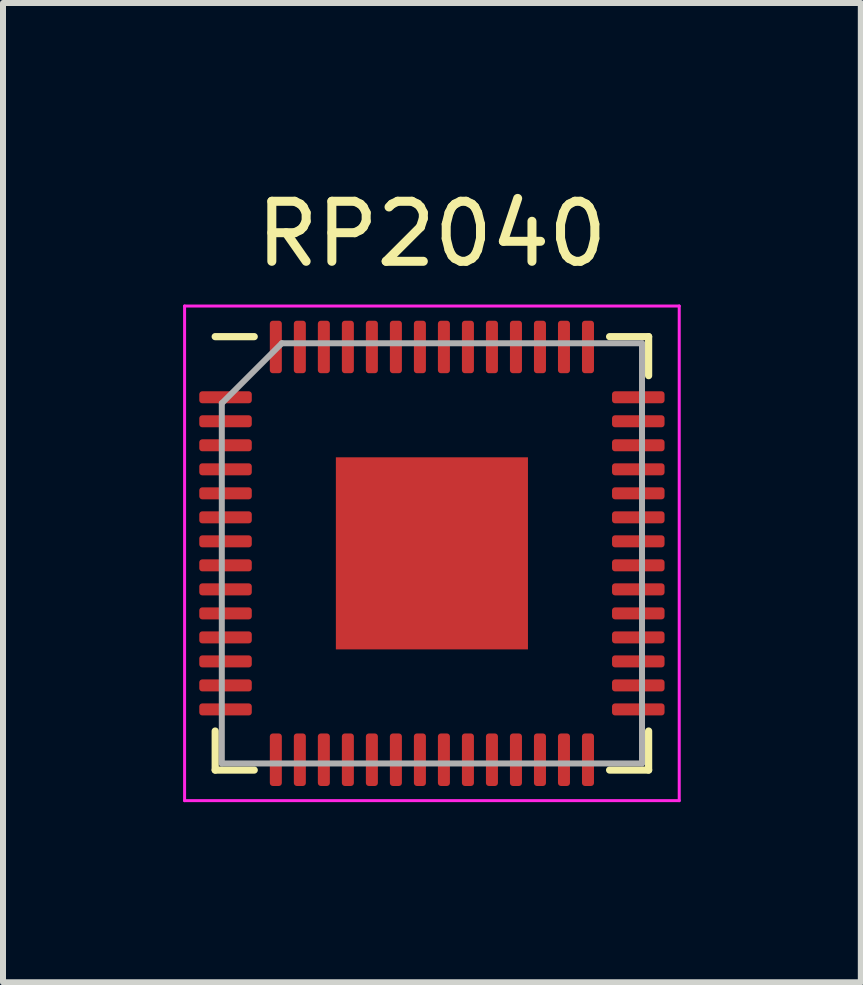
<source format=kicad_pcb>
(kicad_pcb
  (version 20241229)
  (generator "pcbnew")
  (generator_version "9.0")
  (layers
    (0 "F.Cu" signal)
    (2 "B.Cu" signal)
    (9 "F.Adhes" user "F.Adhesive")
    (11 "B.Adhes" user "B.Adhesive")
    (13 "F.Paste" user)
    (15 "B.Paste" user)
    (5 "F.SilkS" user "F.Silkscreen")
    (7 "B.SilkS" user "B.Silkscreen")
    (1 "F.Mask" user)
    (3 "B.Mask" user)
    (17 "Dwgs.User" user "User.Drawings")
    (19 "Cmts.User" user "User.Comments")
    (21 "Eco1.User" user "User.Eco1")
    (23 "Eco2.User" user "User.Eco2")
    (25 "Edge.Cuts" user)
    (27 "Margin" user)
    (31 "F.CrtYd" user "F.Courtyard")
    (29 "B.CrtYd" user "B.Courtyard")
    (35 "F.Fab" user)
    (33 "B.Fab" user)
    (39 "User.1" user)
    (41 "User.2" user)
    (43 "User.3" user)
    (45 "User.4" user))
  (footprint "RP2040"
    (layer "F.Cu")
    (at 4.145 6.168)
    (property "Reference" "RP2040" (at 0 -5.32 0) (layer "F.SilkS") (effects (font (size 1 1) (thickness 0.15))))
    (attr smd)
    (fp_line (start -3.61 3.61) (end -3.61 2.96) (stroke (width 0.12) (type solid)) (layer "F.SilkS"))
    (fp_line (start -2.96 -3.61) (end -3.61 -3.61) (stroke (width 0.12) (type solid)) (layer "F.SilkS"))
    (fp_line (start -2.96 3.61) (end -3.61 3.61) (stroke (width 0.12) (type solid)) (layer "F.SilkS"))
    (fp_line (start 2.96 -3.61) (end 3.61 -3.61) (stroke (width 0.12) (type solid)) (layer "F.SilkS"))
    (fp_line (start 2.96 3.61) (end 3.61 3.61) (stroke (width 0.12) (type solid)) (layer "F.SilkS"))
    (fp_line (start 3.61 -3.61) (end 3.61 -2.96) (stroke (width 0.12) (type solid)) (layer "F.SilkS"))
    (fp_line (start 3.61 3.61) (end 3.61 2.96) (stroke (width 0.12) (type solid)) (layer "F.SilkS"))
    (fp_line (start -4.12 -4.12) (end -4.12 4.12) (stroke (width 0.05) (type solid)) (layer "F.CrtYd"))
    (fp_line (start -4.12 4.12) (end 4.12 4.12) (stroke (width 0.05) (type solid)) (layer "F.CrtYd"))
    (fp_line (start 4.12 -4.12) (end -4.12 -4.12) (stroke (width 0.05) (type solid)) (layer "F.CrtYd"))
    (fp_line (start 4.12 4.12) (end 4.12 -4.12) (stroke (width 0.05) (type solid)) (layer "F.CrtYd"))
    (fp_line (start -3.5 -2.5) (end -2.5 -3.5) (stroke (width 0.1) (type solid)) (layer "F.Fab"))
    (fp_line (start -3.5 3.5) (end -3.5 -2.5) (stroke (width 0.1) (type solid)) (layer "F.Fab"))
    (fp_line (start -2.5 -3.5) (end 3.5 -3.5) (stroke (width 0.1) (type solid)) (layer "F.Fab"))
    (fp_line (start 3.5 -3.5) (end 3.5 3.5) (stroke (width 0.1) (type solid)) (layer "F.Fab"))
    (fp_line (start 3.5 3.5) (end -3.5 3.5) (stroke (width 0.1) (type solid)) (layer "F.Fab"))
    (pad "" smd roundrect (at -0.7 -0.7) (size 1.13 1.13) (layers "F.Paste") (roundrect_rratio 0.221))
    (pad "" smd roundrect (at -0.7 0.7) (size 1.13 1.13) (layers "F.Paste") (roundrect_rratio 0.221))
    (pad "" smd roundrect (at 0.7 -0.7) (size 1.13 1.13) (layers "F.Paste") (roundrect_rratio 0.221))
    (pad "" smd roundrect (at 0.7 0.7) (size 1.13 1.13) (layers "F.Paste") (roundrect_rratio 0.221))
    (pad "1" smd roundrect (at -3.438 -2.6) (size 0.875 0.2) (layers "F.Cu" "F.Mask" "F.Paste") (roundrect_rratio 0.25))
    (pad "2" smd roundrect (at -3.438 -2.2) (size 0.875 0.2) (layers "F.Cu" "F.Mask" "F.Paste") (roundrect_rratio 0.25))
    (pad "3" smd roundrect (at -3.438 -1.8) (size 0.875 0.2) (layers "F.Cu" "F.Mask" "F.Paste") (roundrect_rratio 0.25))
    (pad "4" smd roundrect (at -3.438 -1.4) (size 0.875 0.2) (layers "F.Cu" "F.Mask" "F.Paste") (roundrect_rratio 0.25))
    (pad "5" smd roundrect (at -3.438 -1) (size 0.875 0.2) (layers "F.Cu" "F.Mask" "F.Paste") (roundrect_rratio 0.25))
    (pad "6" smd roundrect (at -3.438 -0.6) (size 0.875 0.2) (layers "F.Cu" "F.Mask" "F.Paste") (roundrect_rratio 0.25))
    (pad "7" smd roundrect (at -3.438 -0.2) (size 0.875 0.2) (layers "F.Cu" "F.Mask" "F.Paste") (roundrect_rratio 0.25))
    (pad "8" smd roundrect (at -3.438 0.2) (size 0.875 0.2) (layers "F.Cu" "F.Mask" "F.Paste") (roundrect_rratio 0.25))
    (pad "9" smd roundrect (at -3.438 0.6) (size 0.875 0.2) (layers "F.Cu" "F.Mask" "F.Paste") (roundrect_rratio 0.25))
    (pad "10" smd roundrect (at -3.438 1) (size 0.875 0.2) (layers "F.Cu" "F.Mask" "F.Paste") (roundrect_rratio 0.25))
    (pad "11" smd roundrect (at -3.438 1.4) (size 0.875 0.2) (layers "F.Cu" "F.Mask" "F.Paste") (roundrect_rratio 0.25))
    (pad "12" smd roundrect (at -3.438 1.8) (size 0.875 0.2) (layers "F.Cu" "F.Mask" "F.Paste") (roundrect_rratio 0.25))
    (pad "13" smd roundrect (at -3.438 2.2) (size 0.875 0.2) (layers "F.Cu" "F.Mask" "F.Paste") (roundrect_rratio 0.25))
    (pad "14" smd roundrect (at -3.438 2.6) (size 0.875 0.2) (layers "F.Cu" "F.Mask" "F.Paste") (roundrect_rratio 0.25))
    (pad "15" smd roundrect (at -2.6 3.438) (size 0.2 0.875) (layers "F.Cu" "F.Mask" "F.Paste") (roundrect_rratio 0.25))
    (pad "16" smd roundrect (at -2.2 3.438) (size 0.2 0.875) (layers "F.Cu" "F.Mask" "F.Paste") (roundrect_rratio 0.25))
    (pad "17" smd roundrect (at -1.8 3.438) (size 0.2 0.875) (layers "F.Cu" "F.Mask" "F.Paste") (roundrect_rratio 0.25))
    (pad "18" smd roundrect (at -1.4 3.438) (size 0.2 0.875) (layers "F.Cu" "F.Mask" "F.Paste") (roundrect_rratio 0.25))
    (pad "19" smd roundrect (at -1 3.438) (size 0.2 0.875) (layers "F.Cu" "F.Mask" "F.Paste") (roundrect_rratio 0.25))
    (pad "20" smd roundrect (at -0.6 3.438) (size 0.2 0.875) (layers "F.Cu" "F.Mask" "F.Paste") (roundrect_rratio 0.25))
    (pad "21" smd roundrect (at -0.2 3.438) (size 0.2 0.875) (layers "F.Cu" "F.Mask" "F.Paste") (roundrect_rratio 0.25))
    (pad "22" smd roundrect (at 0.2 3.438) (size 0.2 0.875) (layers "F.Cu" "F.Mask" "F.Paste") (roundrect_rratio 0.25))
    (pad "23" smd roundrect (at 0.6 3.438) (size 0.2 0.875) (layers "F.Cu" "F.Mask" "F.Paste") (roundrect_rratio 0.25))
    (pad "24" smd roundrect (at 1 3.438) (size 0.2 0.875) (layers "F.Cu" "F.Mask" "F.Paste") (roundrect_rratio 0.25))
    (pad "25" smd roundrect (at 1.4 3.438) (size 0.2 0.875) (layers "F.Cu" "F.Mask" "F.Paste") (roundrect_rratio 0.25))
    (pad "26" smd roundrect (at 1.8 3.438) (size 0.2 0.875) (layers "F.Cu" "F.Mask" "F.Paste") (roundrect_rratio 0.25))
    (pad "27" smd roundrect (at 2.2 3.438) (size 0.2 0.875) (layers "F.Cu" "F.Mask" "F.Paste") (roundrect_rratio 0.25))
    (pad "28" smd roundrect (at 2.6 3.438) (size 0.2 0.875) (layers "F.Cu" "F.Mask" "F.Paste") (roundrect_rratio 0.25))
    (pad "29" smd roundrect (at 3.438 2.6) (size 0.875 0.2) (layers "F.Cu" "F.Mask" "F.Paste") (roundrect_rratio 0.25))
    (pad "30" smd roundrect (at 3.438 2.2) (size 0.875 0.2) (layers "F.Cu" "F.Mask" "F.Paste") (roundrect_rratio 0.25))
    (pad "31" smd roundrect (at 3.438 1.8) (size 0.875 0.2) (layers "F.Cu" "F.Mask" "F.Paste") (roundrect_rratio 0.25))
    (pad "32" smd roundrect (at 3.438 1.4) (size 0.875 0.2) (layers "F.Cu" "F.Mask" "F.Paste") (roundrect_rratio 0.25))
    (pad "33" smd roundrect (at 3.438 1) (size 0.875 0.2) (layers "F.Cu" "F.Mask" "F.Paste") (roundrect_rratio 0.25))
    (pad "34" smd roundrect (at 3.438 0.6) (size 0.875 0.2) (layers "F.Cu" "F.Mask" "F.Paste") (roundrect_rratio 0.25))
    (pad "35" smd roundrect (at 3.438 0.2) (size 0.875 0.2) (layers "F.Cu" "F.Mask" "F.Paste") (roundrect_rratio 0.25))
    (pad "36" smd roundrect (at 3.438 -0.2) (size 0.875 0.2) (layers "F.Cu" "F.Mask" "F.Paste") (roundrect_rratio 0.25))
    (pad "37" smd roundrect (at 3.438 -0.6) (size 0.875 0.2) (layers "F.Cu" "F.Mask" "F.Paste") (roundrect_rratio 0.25))
    (pad "38" smd roundrect (at 3.438 -1) (size 0.875 0.2) (layers "F.Cu" "F.Mask" "F.Paste") (roundrect_rratio 0.25))
    (pad "39" smd roundrect (at 3.438 -1.4) (size 0.875 0.2) (layers "F.Cu" "F.Mask" "F.Paste") (roundrect_rratio 0.25))
    (pad "40" smd roundrect (at 3.438 -1.8) (size 0.875 0.2) (layers "F.Cu" "F.Mask" "F.Paste") (roundrect_rratio 0.25))
    (pad "41" smd roundrect (at 3.438 -2.2) (size 0.875 0.2) (layers "F.Cu" "F.Mask" "F.Paste") (roundrect_rratio 0.25))
    (pad "42" smd roundrect (at 3.438 -2.6) (size 0.875 0.2) (layers "F.Cu" "F.Mask" "F.Paste") (roundrect_rratio 0.25))
    (pad "43" smd roundrect (at 2.6 -3.438) (size 0.2 0.875) (layers "F.Cu" "F.Mask" "F.Paste") (roundrect_rratio 0.25))
    (pad "44" smd roundrect (at 2.2 -3.438) (size 0.2 0.875) (layers "F.Cu" "F.Mask" "F.Paste") (roundrect_rratio 0.25))
    (pad "45" smd roundrect (at 1.8 -3.438) (size 0.2 0.875) (layers "F.Cu" "F.Mask" "F.Paste") (roundrect_rratio 0.25))
    (pad "46" smd roundrect (at 1.4 -3.438) (size 0.2 0.875) (layers "F.Cu" "F.Mask" "F.Paste") (roundrect_rratio 0.25))
    (pad "47" smd roundrect (at 1 -3.438) (size 0.2 0.875) (layers "F.Cu" "F.Mask" "F.Paste") (roundrect_rratio 0.25))
    (pad "48" smd roundrect (at 0.6 -3.438) (size 0.2 0.875) (layers "F.Cu" "F.Mask" "F.Paste") (roundrect_rratio 0.25))
    (pad "49" smd roundrect (at 0.2 -3.438) (size 0.2 0.875) (layers "F.Cu" "F.Mask" "F.Paste") (roundrect_rratio 0.25))
    (pad "50" smd roundrect (at -0.2 -3.438) (size 0.2 0.875) (layers "F.Cu" "F.Mask" "F.Paste") (roundrect_rratio 0.25))
    (pad "51" smd roundrect (at -0.6 -3.438) (size 0.2 0.875) (layers "F.Cu" "F.Mask" "F.Paste") (roundrect_rratio 0.25))
    (pad "52" smd roundrect (at -1 -3.438) (size 0.2 0.875) (layers "F.Cu" "F.Mask" "F.Paste") (roundrect_rratio 0.25))
    (pad "53" smd roundrect (at -1.4 -3.438) (size 0.2 0.875) (layers "F.Cu" "F.Mask" "F.Paste") (roundrect_rratio 0.25))
    (pad "54" smd roundrect (at -1.8 -3.438) (size 0.2 0.875) (layers "F.Cu" "F.Mask" "F.Paste") (roundrect_rratio 0.25))
    (pad "55" smd roundrect (at -2.2 -3.438) (size 0.2 0.875) (layers "F.Cu" "F.Mask" "F.Paste") (roundrect_rratio 0.25))
    (pad "56" smd roundrect (at -2.6 -3.438) (size 0.2 0.875) (layers "F.Cu" "F.Mask" "F.Paste") (roundrect_rratio 0.25))
    (pad "57" smd rect (at 0 0) (size 3.2 3.2) (layers "F.Cu" "F.Mask")))
  (gr_rect
    (start -3 -3)
    (end 11.29 13.313)
    (stroke (width 0.1) (type default))
    (fill no)
    (layer "Edge.Cuts")))
</source>
